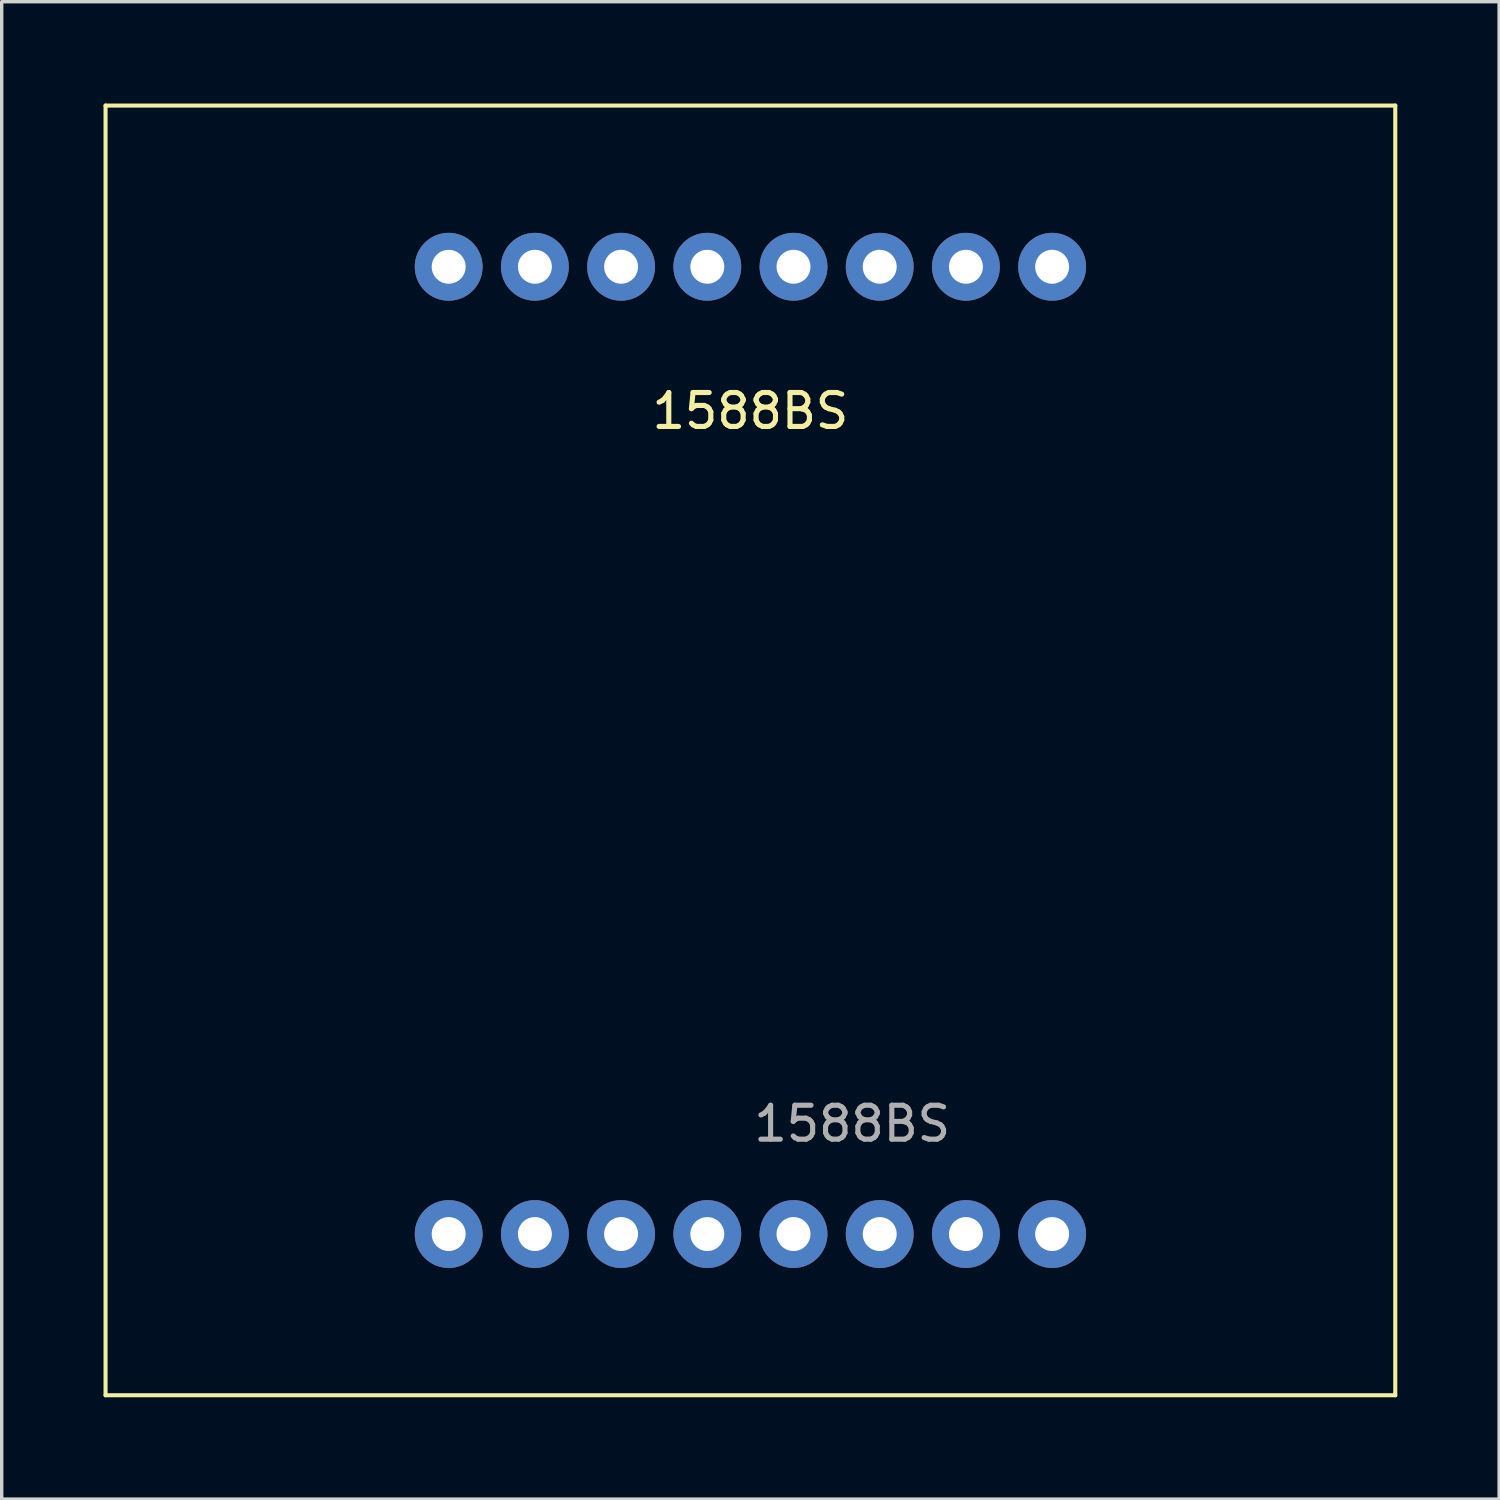
<source format=kicad_pcb>
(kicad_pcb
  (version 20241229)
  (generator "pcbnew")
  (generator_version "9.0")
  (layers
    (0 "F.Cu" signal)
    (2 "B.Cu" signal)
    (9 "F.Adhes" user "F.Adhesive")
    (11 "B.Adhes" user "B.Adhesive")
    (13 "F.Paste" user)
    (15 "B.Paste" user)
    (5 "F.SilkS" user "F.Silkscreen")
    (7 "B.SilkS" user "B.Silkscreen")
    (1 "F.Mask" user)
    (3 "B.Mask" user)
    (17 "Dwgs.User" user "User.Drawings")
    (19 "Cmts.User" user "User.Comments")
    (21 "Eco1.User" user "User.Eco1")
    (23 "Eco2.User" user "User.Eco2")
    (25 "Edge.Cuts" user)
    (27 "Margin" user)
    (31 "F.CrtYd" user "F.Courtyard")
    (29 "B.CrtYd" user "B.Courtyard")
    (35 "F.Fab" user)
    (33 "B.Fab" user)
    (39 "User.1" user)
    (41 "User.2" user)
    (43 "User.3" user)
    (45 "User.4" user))
  (footprint "1588BS"
    (layer "F.Cu")
    (at 19.06 19.06)
    (property "Reference" "1588BS" (at 0 -10 0) (unlocked yes) (layer "F.SilkS") (effects (font (size 1 1) (thickness 0.15))))
    (attr smd)
    (fp_line (start -19 -19) (end 19 -19) (stroke (width 0.12) (type solid)) (layer "F.SilkS"))
    (fp_line (start -19 19) (end -19 -19) (stroke (width 0.12) (type solid)) (layer "F.SilkS"))
    (fp_line (start 19 -19) (end 19 19) (stroke (width 0.12) (type solid)) (layer "F.SilkS"))
    (fp_line (start 19 19) (end -19 19) (stroke (width 0.12) (type solid)) (layer "F.SilkS"))
    (fp_text user "${REFERENCE}" (at 3 11 0) (unlocked yes) (layer "F.Fab") (effects (font (size 1 1) (thickness 0.15))))
    (pad "1" thru_hole circle (at -8.89 14.25) (size 2 2) (drill 1) (layers "*.Cu" "*.Mask"))
    (pad "2" thru_hole circle (at -6.35 14.25) (size 2 2) (drill 1) (layers "*.Cu" "*.Mask"))
    (pad "3" thru_hole circle (at -3.81 14.25) (size 2 2) (drill 1) (layers "*.Cu" "*.Mask"))
    (pad "4" thru_hole circle (at -1.27 14.25) (size 2 2) (drill 1) (layers "*.Cu" "*.Mask"))
    (pad "5" thru_hole circle (at 1.27 14.25) (size 2 2) (drill 1) (layers "*.Cu" "*.Mask"))
    (pad "6" thru_hole circle (at 3.81 14.25) (size 2 2) (drill 1) (layers "*.Cu" "*.Mask"))
    (pad "7" thru_hole circle (at 6.35 14.25) (size 2 2) (drill 1) (layers "*.Cu" "*.Mask"))
    (pad "8" thru_hole circle (at 8.89 14.25) (size 2 2) (drill 1) (layers "*.Cu" "*.Mask"))
    (pad "9" thru_hole circle (at 8.89 -14.25) (size 2 2) (drill 1) (layers "*.Cu" "*.Mask"))
    (pad "10" thru_hole circle (at 6.35 -14.25) (size 2 2) (drill 1) (layers "*.Cu" "*.Mask"))
    (pad "11" thru_hole circle (at 3.81 -14.25) (size 2 2) (drill 1) (layers "*.Cu" "*.Mask"))
    (pad "12" thru_hole circle (at 1.27 -14.25) (size 2 2) (drill 1) (layers "*.Cu" "*.Mask"))
    (pad "13" thru_hole circle (at -1.27 -14.25) (size 2 2) (drill 1) (layers "*.Cu" "*.Mask"))
    (pad "14" thru_hole circle (at -3.81 -14.25) (size 2 2) (drill 1) (layers "*.Cu" "*.Mask"))
    (pad "15" thru_hole circle (at -6.35 -14.25) (size 2 2) (drill 1) (layers "*.Cu" "*.Mask"))
    (pad "16" thru_hole circle (at -8.89 -14.25) (size 2 2) (drill 1) (layers "*.Cu" "*.Mask")))
  (gr_rect
    (start -3 -3)
    (end 41.12 41.12)
    (stroke (width 0.1) (type default))
    (fill no)
    (layer "Edge.Cuts")))
</source>
